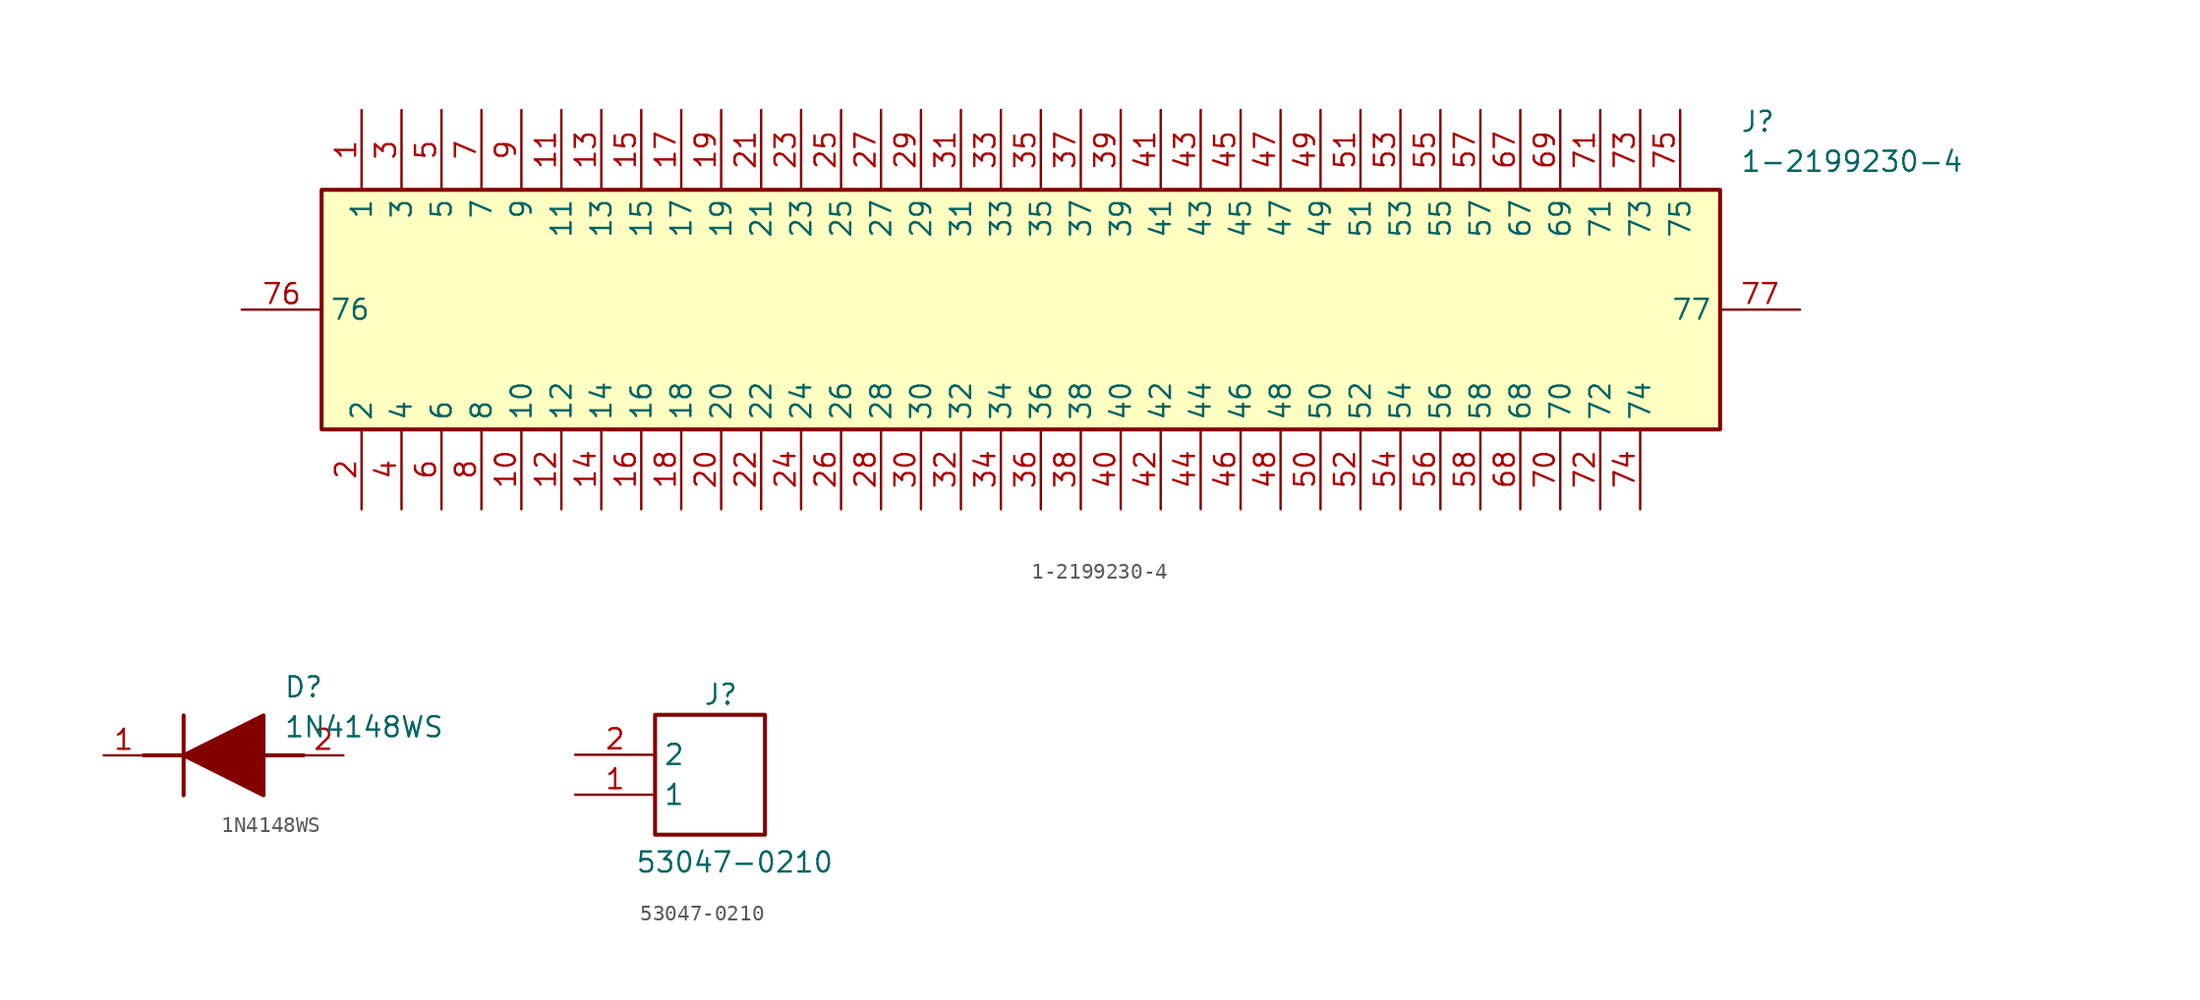
<source format=kicad_sym>
(kicad_symbol_lib
  (version 20241209)
  (generator "kicad_symbol_editor")
  (generator_version "9.0")
  (symbol "1-2199230-4"
    (property "Reference" "J"
      (at 95.25 12.7 0)
      (effects (font (size 1.27 1.27)) (justify left top)))
    (property "Value" "1-2199230-4"
      (at 95.25 10.16 0)
      (effects (font (size 1.27 1.27)) (justify left top)))
    (symbol "1-2199230-4_1_1"
      (rectangle (start 5.08 7.62) (end 93.98 -7.62) (stroke (width 0.254) (type default)) (fill (type background)))
      (pin passive line (at 0 0 0) (length 5.08) (name "76" (effects (font (size 1.27 1.27)))) (number "76" (effects (font (size 1.27 1.27)))))
      (pin passive line (at 7.62 12.7 270) (length 5.08) (name "1" (effects (font (size 1.27 1.27)))) (number "1" (effects (font (size 1.27 1.27)))))
      (pin passive line (at 7.62 -12.7 90) (length 5.08) (name "2" (effects (font (size 1.27 1.27)))) (number "2" (effects (font (size 1.27 1.27)))))
      (pin passive line (at 10.16 12.7 270) (length 5.08) (name "3" (effects (font (size 1.27 1.27)))) (number "3" (effects (font (size 1.27 1.27)))))
      (pin passive line (at 10.16 -12.7 90) (length 5.08) (name "4" (effects (font (size 1.27 1.27)))) (number "4" (effects (font (size 1.27 1.27)))))
      (pin passive line (at 12.7 12.7 270) (length 5.08) (name "5" (effects (font (size 1.27 1.27)))) (number "5" (effects (font (size 1.27 1.27)))))
      (pin passive line (at 12.7 -12.7 90) (length 5.08) (name "6" (effects (font (size 1.27 1.27)))) (number "6" (effects (font (size 1.27 1.27)))))
      (pin passive line (at 15.24 12.7 270) (length 5.08) (name "7" (effects (font (size 1.27 1.27)))) (number "7" (effects (font (size 1.27 1.27)))))
      (pin passive line (at 15.24 -12.7 90) (length 5.08) (name "8" (effects (font (size 1.27 1.27)))) (number "8" (effects (font (size 1.27 1.27)))))
      (pin passive line (at 17.78 12.7 270) (length 5.08) (name "9" (effects (font (size 1.27 1.27)))) (number "9" (effects (font (size 1.27 1.27)))))
      (pin passive line (at 17.78 -12.7 90) (length 5.08) (name "10" (effects (font (size 1.27 1.27)))) (number "10" (effects (font (size 1.27 1.27)))))
      (pin passive line (at 20.32 12.7 270) (length 5.08) (name "11" (effects (font (size 1.27 1.27)))) (number "11" (effects (font (size 1.27 1.27)))))
      (pin passive line (at 20.32 -12.7 90) (length 5.08) (name "12" (effects (font (size 1.27 1.27)))) (number "12" (effects (font (size 1.27 1.27)))))
      (pin passive line (at 22.86 12.7 270) (length 5.08) (name "13" (effects (font (size 1.27 1.27)))) (number "13" (effects (font (size 1.27 1.27)))))
      (pin passive line (at 22.86 -12.7 90) (length 5.08) (name "14" (effects (font (size 1.27 1.27)))) (number "14" (effects (font (size 1.27 1.27)))))
      (pin passive line (at 25.4 12.7 270) (length 5.08) (name "15" (effects (font (size 1.27 1.27)))) (number "15" (effects (font (size 1.27 1.27)))))
      (pin passive line (at 25.4 -12.7 90) (length 5.08) (name "16" (effects (font (size 1.27 1.27)))) (number "16" (effects (font (size 1.27 1.27)))))
      (pin passive line (at 27.94 12.7 270) (length 5.08) (name "17" (effects (font (size 1.27 1.27)))) (number "17" (effects (font (size 1.27 1.27)))))
      (pin passive line (at 27.94 -12.7 90) (length 5.08) (name "18" (effects (font (size 1.27 1.27)))) (number "18" (effects (font (size 1.27 1.27)))))
      (pin passive line (at 30.48 12.7 270) (length 5.08) (name "19" (effects (font (size 1.27 1.27)))) (number "19" (effects (font (size 1.27 1.27)))))
      (pin passive line (at 30.48 -12.7 90) (length 5.08) (name "20" (effects (font (size 1.27 1.27)))) (number "20" (effects (font (size 1.27 1.27)))))
      (pin passive line (at 33.02 12.7 270) (length 5.08) (name "21" (effects (font (size 1.27 1.27)))) (number "21" (effects (font (size 1.27 1.27)))))
      (pin passive line (at 33.02 -12.7 90) (length 5.08) (name "22" (effects (font (size 1.27 1.27)))) (number "22" (effects (font (size 1.27 1.27)))))
      (pin passive line (at 35.56 12.7 270) (length 5.08) (name "23" (effects (font (size 1.27 1.27)))) (number "23" (effects (font (size 1.27 1.27)))))
      (pin passive line (at 35.56 -12.7 90) (length 5.08) (name "24" (effects (font (size 1.27 1.27)))) (number "24" (effects (font (size 1.27 1.27)))))
      (pin passive line (at 38.1 12.7 270) (length 5.08) (name "25" (effects (font (size 1.27 1.27)))) (number "25" (effects (font (size 1.27 1.27)))))
      (pin passive line (at 38.1 -12.7 90) (length 5.08) (name "26" (effects (font (size 1.27 1.27)))) (number "26" (effects (font (size 1.27 1.27)))))
      (pin passive line (at 40.64 12.7 270) (length 5.08) (name "27" (effects (font (size 1.27 1.27)))) (number "27" (effects (font (size 1.27 1.27)))))
      (pin passive line (at 40.64 -12.7 90) (length 5.08) (name "28" (effects (font (size 1.27 1.27)))) (number "28" (effects (font (size 1.27 1.27)))))
      (pin passive line (at 43.18 12.7 270) (length 5.08) (name "29" (effects (font (size 1.27 1.27)))) (number "29" (effects (font (size 1.27 1.27)))))
      (pin passive line (at 43.18 -12.7 90) (length 5.08) (name "30" (effects (font (size 1.27 1.27)))) (number "30" (effects (font (size 1.27 1.27)))))
      (pin passive line (at 45.72 12.7 270) (length 5.08) (name "31" (effects (font (size 1.27 1.27)))) (number "31" (effects (font (size 1.27 1.27)))))
      (pin passive line (at 45.72 -12.7 90) (length 5.08) (name "32" (effects (font (size 1.27 1.27)))) (number "32" (effects (font (size 1.27 1.27)))))
      (pin passive line (at 48.26 12.7 270) (length 5.08) (name "33" (effects (font (size 1.27 1.27)))) (number "33" (effects (font (size 1.27 1.27)))))
      (pin passive line (at 48.26 -12.7 90) (length 5.08) (name "34" (effects (font (size 1.27 1.27)))) (number "34" (effects (font (size 1.27 1.27)))))
      (pin passive line (at 50.8 12.7 270) (length 5.08) (name "35" (effects (font (size 1.27 1.27)))) (number "35" (effects (font (size 1.27 1.27)))))
      (pin passive line (at 50.8 -12.7 90) (length 5.08) (name "36" (effects (font (size 1.27 1.27)))) (number "36" (effects (font (size 1.27 1.27)))))
      (pin passive line (at 53.34 12.7 270) (length 5.08) (name "37" (effects (font (size 1.27 1.27)))) (number "37" (effects (font (size 1.27 1.27)))))
      (pin passive line (at 53.34 -12.7 90) (length 5.08) (name "38" (effects (font (size 1.27 1.27)))) (number "38" (effects (font (size 1.27 1.27)))))
      (pin passive line (at 55.88 12.7 270) (length 5.08) (name "39" (effects (font (size 1.27 1.27)))) (number "39" (effects (font (size 1.27 1.27)))))
      (pin passive line (at 55.88 -12.7 90) (length 5.08) (name "40" (effects (font (size 1.27 1.27)))) (number "40" (effects (font (size 1.27 1.27)))))
      (pin passive line (at 58.42 12.7 270) (length 5.08) (name "41" (effects (font (size 1.27 1.27)))) (number "41" (effects (font (size 1.27 1.27)))))
      (pin passive line (at 58.42 -12.7 90) (length 5.08) (name "42" (effects (font (size 1.27 1.27)))) (number "42" (effects (font (size 1.27 1.27)))))
      (pin passive line (at 60.96 12.7 270) (length 5.08) (name "43" (effects (font (size 1.27 1.27)))) (number "43" (effects (font (size 1.27 1.27)))))
      (pin passive line (at 60.96 -12.7 90) (length 5.08) (name "44" (effects (font (size 1.27 1.27)))) (number "44" (effects (font (size 1.27 1.27)))))
      (pin passive line (at 63.5 12.7 270) (length 5.08) (name "45" (effects (font (size 1.27 1.27)))) (number "45" (effects (font (size 1.27 1.27)))))
      (pin passive line (at 63.5 -12.7 90) (length 5.08) (name "46" (effects (font (size 1.27 1.27)))) (number "46" (effects (font (size 1.27 1.27)))))
      (pin passive line (at 66.04 12.7 270) (length 5.08) (name "47" (effects (font (size 1.27 1.27)))) (number "47" (effects (font (size 1.27 1.27)))))
      (pin passive line (at 66.04 -12.7 90) (length 5.08) (name "48" (effects (font (size 1.27 1.27)))) (number "48" (effects (font (size 1.27 1.27)))))
      (pin passive line (at 68.58 12.7 270) (length 5.08) (name "49" (effects (font (size 1.27 1.27)))) (number "49" (effects (font (size 1.27 1.27)))))
      (pin passive line (at 68.58 -12.7 90) (length 5.08) (name "50" (effects (font (size 1.27 1.27)))) (number "50" (effects (font (size 1.27 1.27)))))
      (pin passive line (at 71.12 12.7 270) (length 5.08) (name "51" (effects (font (size 1.27 1.27)))) (number "51" (effects (font (size 1.27 1.27)))))
      (pin passive line (at 71.12 -12.7 90) (length 5.08) (name "52" (effects (font (size 1.27 1.27)))) (number "52" (effects (font (size 1.27 1.27)))))
      (pin passive line (at 73.66 12.7 270) (length 5.08) (name "53" (effects (font (size 1.27 1.27)))) (number "53" (effects (font (size 1.27 1.27)))))
      (pin passive line (at 73.66 -12.7 90) (length 5.08) (name "54" (effects (font (size 1.27 1.27)))) (number "54" (effects (font (size 1.27 1.27)))))
      (pin passive line (at 76.2 12.7 270) (length 5.08) (name "55" (effects (font (size 1.27 1.27)))) (number "55" (effects (font (size 1.27 1.27)))))
      (pin passive line (at 76.2 -12.7 90) (length 5.08) (name "56" (effects (font (size 1.27 1.27)))) (number "56" (effects (font (size 1.27 1.27)))))
      (pin passive line (at 78.74 12.7 270) (length 5.08) (name "57" (effects (font (size 1.27 1.27)))) (number "57" (effects (font (size 1.27 1.27)))))
      (pin passive line (at 78.74 -12.7 90) (length 5.08) (name "58" (effects (font (size 1.27 1.27)))) (number "58" (effects (font (size 1.27 1.27)))))
      (pin passive line (at 81.28 12.7 270) (length 5.08) (name "67" (effects (font (size 1.27 1.27)))) (number "67" (effects (font (size 1.27 1.27)))))
      (pin passive line (at 81.28 -12.7 90) (length 5.08) (name "68" (effects (font (size 1.27 1.27)))) (number "68" (effects (font (size 1.27 1.27)))))
      (pin passive line (at 83.82 12.7 270) (length 5.08) (name "69" (effects (font (size 1.27 1.27)))) (number "69" (effects (font (size 1.27 1.27)))))
      (pin passive line (at 83.82 -12.7 90) (length 5.08) (name "70" (effects (font (size 1.27 1.27)))) (number "70" (effects (font (size 1.27 1.27)))))
      (pin passive line (at 86.36 12.7 270) (length 5.08) (name "71" (effects (font (size 1.27 1.27)))) (number "71" (effects (font (size 1.27 1.27)))))
      (pin passive line (at 86.36 -12.7 90) (length 5.08) (name "72" (effects (font (size 1.27 1.27)))) (number "72" (effects (font (size 1.27 1.27)))))
      (pin passive line (at 88.9 12.7 270) (length 5.08) (name "73" (effects (font (size 1.27 1.27)))) (number "73" (effects (font (size 1.27 1.27)))))
      (pin passive line (at 88.9 -12.7 90) (length 5.08) (name "74" (effects (font (size 1.27 1.27)))) (number "74" (effects (font (size 1.27 1.27)))))
      (pin passive line (at 91.44 12.7 270) (length 5.08) (name "75" (effects (font (size 1.27 1.27)))) (number "75" (effects (font (size 1.27 1.27)))))
      (pin passive line (at 99.06 0 180) (length 5.08) (name "77" (effects (font (size 1.27 1.27)))) (number "77" (effects (font (size 1.27 1.27)))))))
  (symbol "1N4148WS"
    (pin_names
      (hide yes))
    (property "Reference" "D"
      (at 11.43 5.08 0)
      (effects (font (size 1.27 1.27)) (justify left top)))
    (property "Value" "1N4148WS"
      (at 11.43 2.54 0)
      (effects (font (size 1.27 1.27)) (justify left top)))
    (symbol "1N4148WS_1_1"
      (polyline (pts (xy 2.54 0) (xy 5.08 0)) (stroke (width 0.254) (type default)) (fill (type none)))
      (polyline (pts (xy 5.08 2.54) (xy 5.08 -2.54)) (stroke (width 0.254) (type default)) (fill (type none)))
      (polyline (pts (xy 5.08 0) (xy 10.16 2.54) (xy 10.16 -2.54) (xy 5.08 0)) (stroke (width 0.254) (type default)) (fill (type outline)))
      (polyline (pts (xy 10.16 0) (xy 12.7 0)) (stroke (width 0.254) (type default)) (fill (type none)))
      (pin passive line (at 0 0 0) (length 2.54) (name "K" (effects (font (size 1.27 1.27)))) (number "1" (effects (font (size 1.27 1.27)))))
      (pin passive line (at 15.24 0 180) (length 2.54) (name "A" (effects (font (size 1.27 1.27)))) (number "2" (effects (font (size 1.27 1.27)))))))
  (symbol "53047-0210"
    (property "Reference" "J"
      (at -0.762 5.842 0)
      (effects (font (size 1.27 1.27)) (justify left top)))
    (property "Value" "53047-0210"
      (at -5.08 -4.826 0)
      (effects (font (size 1.27 1.27)) (justify left top)))
    (symbol "53047-0210_1_1"
      (rectangle (start -3.81 3.81) (end 3.175 -3.81) (stroke (width 0.254) (type default)) (fill (type none)))
      (pin passive line (at -8.89 1.27 0) (length 5.08) (name "2" (effects (font (size 1.27 1.27)))) (number "2" (effects (font (size 1.27 1.27)))))
      (pin passive line (at -8.89 -1.27 0) (length 5.08) (name "1" (effects (font (size 1.27 1.27)))) (number "1" (effects (font (size 1.27 1.27))))))))
</source>
